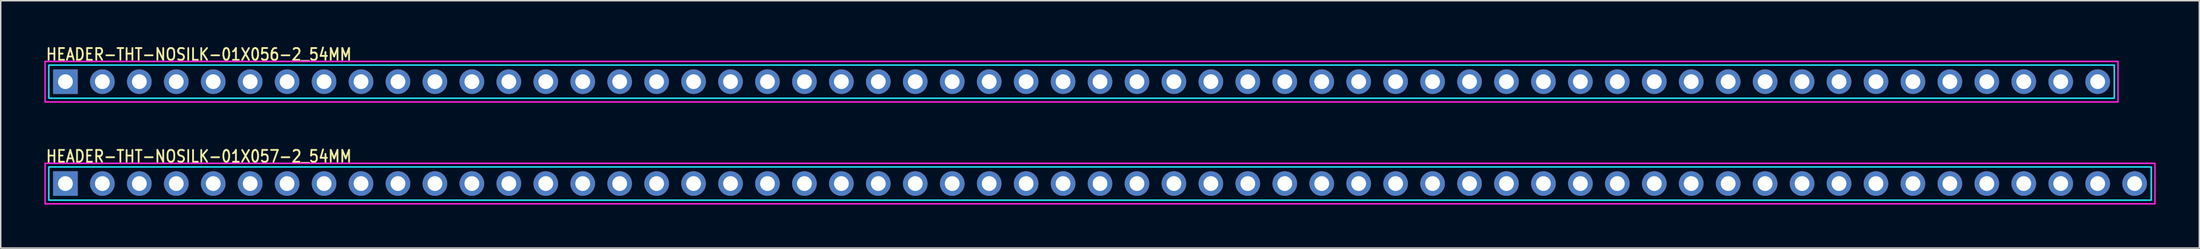
<source format=kicad_pcb>
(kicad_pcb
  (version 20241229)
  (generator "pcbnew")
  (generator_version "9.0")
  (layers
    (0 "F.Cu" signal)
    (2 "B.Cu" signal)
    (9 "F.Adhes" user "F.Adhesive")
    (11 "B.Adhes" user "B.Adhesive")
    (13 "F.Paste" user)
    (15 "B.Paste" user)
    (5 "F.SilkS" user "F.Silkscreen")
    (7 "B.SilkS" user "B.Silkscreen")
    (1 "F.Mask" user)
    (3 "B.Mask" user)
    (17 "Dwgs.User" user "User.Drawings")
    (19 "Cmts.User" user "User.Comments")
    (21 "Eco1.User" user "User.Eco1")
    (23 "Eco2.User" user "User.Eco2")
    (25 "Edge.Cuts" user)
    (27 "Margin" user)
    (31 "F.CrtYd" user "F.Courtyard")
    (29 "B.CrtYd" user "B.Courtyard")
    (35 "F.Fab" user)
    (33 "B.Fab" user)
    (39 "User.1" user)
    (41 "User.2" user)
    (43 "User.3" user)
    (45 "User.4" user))
  (footprint "HEADER-THT-NOSILK-01X056-2_54MM"
    (layer "F.Cu")
    (at 1.447 2.579)
    (property "Reference" "HEADER-THT-NOSILK-01X056-2_54MM" (at -1.4 -1.4 0) (unlocked yes) (layer "F.SilkS") (effects (font (size 0.813 0.695) (thickness 0.122)) (justify left bottom)))
    (fp_poly (pts (xy -1.143 -1.143) (xy 140.843 -1.143) (xy 140.843 1.143) (xy -1.143 1.143)) (stroke (width 0.1) (type solid)) (fill no) (layer "B.CrtYd"))
    (fp_poly (pts (xy -1.397 -1.397) (xy 141.097 -1.397) (xy 141.097 1.397) (xy -1.397 1.397)) (stroke (width 0.1) (type solid)) (fill no) (layer "F.CrtYd"))
    (pad "P$1" thru_hole rect (at 0 0) (size 1.693 1.693) (drill 1.016) (layers "*.Cu" "*.Mask"))
    (pad "P$2" thru_hole oval (at 2.54 0) (size 1.693 1.693) (drill 1.016) (layers "*.Cu" "*.Mask"))
    (pad "P$3" thru_hole oval (at 5.08 0) (size 1.693 1.693) (drill 1.016) (layers "*.Cu" "*.Mask"))
    (pad "P$4" thru_hole oval (at 7.62 0) (size 1.693 1.693) (drill 1.016) (layers "*.Cu" "*.Mask"))
    (pad "P$5" thru_hole oval (at 10.16 0) (size 1.693 1.693) (drill 1.016) (layers "*.Cu" "*.Mask"))
    (pad "P$6" thru_hole oval (at 12.7 0) (size 1.693 1.693) (drill 1.016) (layers "*.Cu" "*.Mask"))
    (pad "P$7" thru_hole oval (at 15.24 0) (size 1.693 1.693) (drill 1.016) (layers "*.Cu" "*.Mask"))
    (pad "P$8" thru_hole oval (at 17.78 0) (size 1.693 1.693) (drill 1.016) (layers "*.Cu" "*.Mask"))
    (pad "P$9" thru_hole oval (at 20.32 0) (size 1.693 1.693) (drill 1.016) (layers "*.Cu" "*.Mask"))
    (pad "P$10" thru_hole oval (at 22.86 0) (size 1.693 1.693) (drill 1.016) (layers "*.Cu" "*.Mask"))
    (pad "P$11" thru_hole oval (at 25.4 0) (size 1.693 1.693) (drill 1.016) (layers "*.Cu" "*.Mask"))
    (pad "P$12" thru_hole oval (at 27.94 0) (size 1.693 1.693) (drill 1.016) (layers "*.Cu" "*.Mask"))
    (pad "P$13" thru_hole oval (at 30.48 0) (size 1.693 1.693) (drill 1.016) (layers "*.Cu" "*.Mask"))
    (pad "P$14" thru_hole oval (at 33.02 0) (size 1.693 1.693) (drill 1.016) (layers "*.Cu" "*.Mask"))
    (pad "P$15" thru_hole oval (at 35.56 0) (size 1.693 1.693) (drill 1.016) (layers "*.Cu" "*.Mask"))
    (pad "P$16" thru_hole oval (at 38.1 0) (size 1.693 1.693) (drill 1.016) (layers "*.Cu" "*.Mask"))
    (pad "P$17" thru_hole oval (at 40.64 0) (size 1.693 1.693) (drill 1.016) (layers "*.Cu" "*.Mask"))
    (pad "P$18" thru_hole oval (at 43.18 0) (size 1.693 1.693) (drill 1.016) (layers "*.Cu" "*.Mask"))
    (pad "P$19" thru_hole oval (at 45.72 0) (size 1.693 1.693) (drill 1.016) (layers "*.Cu" "*.Mask"))
    (pad "P$20" thru_hole oval (at 48.26 0) (size 1.693 1.693) (drill 1.016) (layers "*.Cu" "*.Mask"))
    (pad "P$21" thru_hole oval (at 50.8 0) (size 1.693 1.693) (drill 1.016) (layers "*.Cu" "*.Mask"))
    (pad "P$22" thru_hole oval (at 53.34 0) (size 1.693 1.693) (drill 1.016) (layers "*.Cu" "*.Mask"))
    (pad "P$23" thru_hole oval (at 55.88 0) (size 1.693 1.693) (drill 1.016) (layers "*.Cu" "*.Mask"))
    (pad "P$24" thru_hole oval (at 58.42 0) (size 1.693 1.693) (drill 1.016) (layers "*.Cu" "*.Mask"))
    (pad "P$25" thru_hole oval (at 60.96 0) (size 1.693 1.693) (drill 1.016) (layers "*.Cu" "*.Mask"))
    (pad "P$26" thru_hole oval (at 63.5 0) (size 1.693 1.693) (drill 1.016) (layers "*.Cu" "*.Mask"))
    (pad "P$27" thru_hole oval (at 66.04 0) (size 1.693 1.693) (drill 1.016) (layers "*.Cu" "*.Mask"))
    (pad "P$28" thru_hole oval (at 68.58 0) (size 1.693 1.693) (drill 1.016) (layers "*.Cu" "*.Mask"))
    (pad "P$29" thru_hole oval (at 71.12 0) (size 1.693 1.693) (drill 1.016) (layers "*.Cu" "*.Mask"))
    (pad "P$30" thru_hole oval (at 73.66 0) (size 1.693 1.693) (drill 1.016) (layers "*.Cu" "*.Mask"))
    (pad "P$31" thru_hole oval (at 76.2 0) (size 1.693 1.693) (drill 1.016) (layers "*.Cu" "*.Mask"))
    (pad "P$32" thru_hole oval (at 78.74 0) (size 1.693 1.693) (drill 1.016) (layers "*.Cu" "*.Mask"))
    (pad "P$33" thru_hole oval (at 81.28 0) (size 1.693 1.693) (drill 1.016) (layers "*.Cu" "*.Mask"))
    (pad "P$34" thru_hole oval (at 83.82 0) (size 1.693 1.693) (drill 1.016) (layers "*.Cu" "*.Mask"))
    (pad "P$35" thru_hole oval (at 86.36 0) (size 1.693 1.693) (drill 1.016) (layers "*.Cu" "*.Mask"))
    (pad "P$36" thru_hole oval (at 88.9 0) (size 1.693 1.693) (drill 1.016) (layers "*.Cu" "*.Mask"))
    (pad "P$37" thru_hole oval (at 91.44 0) (size 1.693 1.693) (drill 1.016) (layers "*.Cu" "*.Mask"))
    (pad "P$38" thru_hole oval (at 93.98 0) (size 1.693 1.693) (drill 1.016) (layers "*.Cu" "*.Mask"))
    (pad "P$39" thru_hole oval (at 96.52 0) (size 1.693 1.693) (drill 1.016) (layers "*.Cu" "*.Mask"))
    (pad "P$40" thru_hole oval (at 99.06 0) (size 1.693 1.693) (drill 1.016) (layers "*.Cu" "*.Mask"))
    (pad "P$41" thru_hole oval (at 101.6 0) (size 1.693 1.693) (drill 1.016) (layers "*.Cu" "*.Mask"))
    (pad "P$42" thru_hole oval (at 104.14 0) (size 1.693 1.693) (drill 1.016) (layers "*.Cu" "*.Mask"))
    (pad "P$43" thru_hole oval (at 106.68 0) (size 1.693 1.693) (drill 1.016) (layers "*.Cu" "*.Mask"))
    (pad "P$44" thru_hole oval (at 109.22 0) (size 1.693 1.693) (drill 1.016) (layers "*.Cu" "*.Mask"))
    (pad "P$45" thru_hole oval (at 111.76 0) (size 1.693 1.693) (drill 1.016) (layers "*.Cu" "*.Mask"))
    (pad "P$46" thru_hole oval (at 114.3 0) (size 1.693 1.693) (drill 1.016) (layers "*.Cu" "*.Mask"))
    (pad "P$47" thru_hole oval (at 116.84 0) (size 1.693 1.693) (drill 1.016) (layers "*.Cu" "*.Mask"))
    (pad "P$48" thru_hole oval (at 119.38 0) (size 1.693 1.693) (drill 1.016) (layers "*.Cu" "*.Mask"))
    (pad "P$49" thru_hole oval (at 121.92 0) (size 1.693 1.693) (drill 1.016) (layers "*.Cu" "*.Mask"))
    (pad "P$50" thru_hole oval (at 124.46 0) (size 1.693 1.693) (drill 1.016) (layers "*.Cu" "*.Mask"))
    (pad "P$51" thru_hole oval (at 127 0) (size 1.693 1.693) (drill 1.016) (layers "*.Cu" "*.Mask"))
    (pad "P$52" thru_hole oval (at 129.54 0) (size 1.693 1.693) (drill 1.016) (layers "*.Cu" "*.Mask"))
    (pad "P$53" thru_hole oval (at 132.08 0) (size 1.693 1.693) (drill 1.016) (layers "*.Cu" "*.Mask"))
    (pad "P$54" thru_hole oval (at 134.62 0) (size 1.693 1.693) (drill 1.016) (layers "*.Cu" "*.Mask"))
    (pad "P$55" thru_hole oval (at 137.16 0) (size 1.693 1.693) (drill 1.016) (layers "*.Cu" "*.Mask"))
    (pad "P$56" thru_hole oval (at 139.7 0) (size 1.693 1.693) (drill 1.016) (layers "*.Cu" "*.Mask")))
  (footprint "HEADER-THT-NOSILK-01X057-2_54MM"
    (layer "F.Cu")
    (at 1.447 9.604)
    (property "Reference" "HEADER-THT-NOSILK-01X057-2_54MM" (at -1.4 -1.4 0) (unlocked yes) (layer "F.SilkS") (effects (font (size 0.813 0.695) (thickness 0.122)) (justify left bottom)))
    (fp_poly (pts (xy -1.143 -1.143) (xy 143.383 -1.143) (xy 143.383 1.143) (xy -1.143 1.143)) (stroke (width 0.1) (type solid)) (fill no) (layer "B.CrtYd"))
    (fp_poly (pts (xy -1.397 -1.397) (xy 143.637 -1.397) (xy 143.637 1.397) (xy -1.397 1.397)) (stroke (width 0.1) (type solid)) (fill no) (layer "F.CrtYd"))
    (pad "P$1" thru_hole rect (at 0 0) (size 1.693 1.693) (drill 1.016) (layers "*.Cu" "*.Mask"))
    (pad "P$2" thru_hole oval (at 2.54 0) (size 1.693 1.693) (drill 1.016) (layers "*.Cu" "*.Mask"))
    (pad "P$3" thru_hole oval (at 5.08 0) (size 1.693 1.693) (drill 1.016) (layers "*.Cu" "*.Mask"))
    (pad "P$4" thru_hole oval (at 7.62 0) (size 1.693 1.693) (drill 1.016) (layers "*.Cu" "*.Mask"))
    (pad "P$5" thru_hole oval (at 10.16 0) (size 1.693 1.693) (drill 1.016) (layers "*.Cu" "*.Mask"))
    (pad "P$6" thru_hole oval (at 12.7 0) (size 1.693 1.693) (drill 1.016) (layers "*.Cu" "*.Mask"))
    (pad "P$7" thru_hole oval (at 15.24 0) (size 1.693 1.693) (drill 1.016) (layers "*.Cu" "*.Mask"))
    (pad "P$8" thru_hole oval (at 17.78 0) (size 1.693 1.693) (drill 1.016) (layers "*.Cu" "*.Mask"))
    (pad "P$9" thru_hole oval (at 20.32 0) (size 1.693 1.693) (drill 1.016) (layers "*.Cu" "*.Mask"))
    (pad "P$10" thru_hole oval (at 22.86 0) (size 1.693 1.693) (drill 1.016) (layers "*.Cu" "*.Mask"))
    (pad "P$11" thru_hole oval (at 25.4 0) (size 1.693 1.693) (drill 1.016) (layers "*.Cu" "*.Mask"))
    (pad "P$12" thru_hole oval (at 27.94 0) (size 1.693 1.693) (drill 1.016) (layers "*.Cu" "*.Mask"))
    (pad "P$13" thru_hole oval (at 30.48 0) (size 1.693 1.693) (drill 1.016) (layers "*.Cu" "*.Mask"))
    (pad "P$14" thru_hole oval (at 33.02 0) (size 1.693 1.693) (drill 1.016) (layers "*.Cu" "*.Mask"))
    (pad "P$15" thru_hole oval (at 35.56 0) (size 1.693 1.693) (drill 1.016) (layers "*.Cu" "*.Mask"))
    (pad "P$16" thru_hole oval (at 38.1 0) (size 1.693 1.693) (drill 1.016) (layers "*.Cu" "*.Mask"))
    (pad "P$17" thru_hole oval (at 40.64 0) (size 1.693 1.693) (drill 1.016) (layers "*.Cu" "*.Mask"))
    (pad "P$18" thru_hole oval (at 43.18 0) (size 1.693 1.693) (drill 1.016) (layers "*.Cu" "*.Mask"))
    (pad "P$19" thru_hole oval (at 45.72 0) (size 1.693 1.693) (drill 1.016) (layers "*.Cu" "*.Mask"))
    (pad "P$20" thru_hole oval (at 48.26 0) (size 1.693 1.693) (drill 1.016) (layers "*.Cu" "*.Mask"))
    (pad "P$21" thru_hole oval (at 50.8 0) (size 1.693 1.693) (drill 1.016) (layers "*.Cu" "*.Mask"))
    (pad "P$22" thru_hole oval (at 53.34 0) (size 1.693 1.693) (drill 1.016) (layers "*.Cu" "*.Mask"))
    (pad "P$23" thru_hole oval (at 55.88 0) (size 1.693 1.693) (drill 1.016) (layers "*.Cu" "*.Mask"))
    (pad "P$24" thru_hole oval (at 58.42 0) (size 1.693 1.693) (drill 1.016) (layers "*.Cu" "*.Mask"))
    (pad "P$25" thru_hole oval (at 60.96 0) (size 1.693 1.693) (drill 1.016) (layers "*.Cu" "*.Mask"))
    (pad "P$26" thru_hole oval (at 63.5 0) (size 1.693 1.693) (drill 1.016) (layers "*.Cu" "*.Mask"))
    (pad "P$27" thru_hole oval (at 66.04 0) (size 1.693 1.693) (drill 1.016) (layers "*.Cu" "*.Mask"))
    (pad "P$28" thru_hole oval (at 68.58 0) (size 1.693 1.693) (drill 1.016) (layers "*.Cu" "*.Mask"))
    (pad "P$29" thru_hole oval (at 71.12 0) (size 1.693 1.693) (drill 1.016) (layers "*.Cu" "*.Mask"))
    (pad "P$30" thru_hole oval (at 73.66 0) (size 1.693 1.693) (drill 1.016) (layers "*.Cu" "*.Mask"))
    (pad "P$31" thru_hole oval (at 76.2 0) (size 1.693 1.693) (drill 1.016) (layers "*.Cu" "*.Mask"))
    (pad "P$32" thru_hole oval (at 78.74 0) (size 1.693 1.693) (drill 1.016) (layers "*.Cu" "*.Mask"))
    (pad "P$33" thru_hole oval (at 81.28 0) (size 1.693 1.693) (drill 1.016) (layers "*.Cu" "*.Mask"))
    (pad "P$34" thru_hole oval (at 83.82 0) (size 1.693 1.693) (drill 1.016) (layers "*.Cu" "*.Mask"))
    (pad "P$35" thru_hole oval (at 86.36 0) (size 1.693 1.693) (drill 1.016) (layers "*.Cu" "*.Mask"))
    (pad "P$36" thru_hole oval (at 88.9 0) (size 1.693 1.693) (drill 1.016) (layers "*.Cu" "*.Mask"))
    (pad "P$37" thru_hole oval (at 91.44 0) (size 1.693 1.693) (drill 1.016) (layers "*.Cu" "*.Mask"))
    (pad "P$38" thru_hole oval (at 93.98 0) (size 1.693 1.693) (drill 1.016) (layers "*.Cu" "*.Mask"))
    (pad "P$39" thru_hole oval (at 96.52 0) (size 1.693 1.693) (drill 1.016) (layers "*.Cu" "*.Mask"))
    (pad "P$40" thru_hole oval (at 99.06 0) (size 1.693 1.693) (drill 1.016) (layers "*.Cu" "*.Mask"))
    (pad "P$41" thru_hole oval (at 101.6 0) (size 1.693 1.693) (drill 1.016) (layers "*.Cu" "*.Mask"))
    (pad "P$42" thru_hole oval (at 104.14 0) (size 1.693 1.693) (drill 1.016) (layers "*.Cu" "*.Mask"))
    (pad "P$43" thru_hole oval (at 106.68 0) (size 1.693 1.693) (drill 1.016) (layers "*.Cu" "*.Mask"))
    (pad "P$44" thru_hole oval (at 109.22 0) (size 1.693 1.693) (drill 1.016) (layers "*.Cu" "*.Mask"))
    (pad "P$45" thru_hole oval (at 111.76 0) (size 1.693 1.693) (drill 1.016) (layers "*.Cu" "*.Mask"))
    (pad "P$46" thru_hole oval (at 114.3 0) (size 1.693 1.693) (drill 1.016) (layers "*.Cu" "*.Mask"))
    (pad "P$47" thru_hole oval (at 116.84 0) (size 1.693 1.693) (drill 1.016) (layers "*.Cu" "*.Mask"))
    (pad "P$48" thru_hole oval (at 119.38 0) (size 1.693 1.693) (drill 1.016) (layers "*.Cu" "*.Mask"))
    (pad "P$49" thru_hole oval (at 121.92 0) (size 1.693 1.693) (drill 1.016) (layers "*.Cu" "*.Mask"))
    (pad "P$50" thru_hole oval (at 124.46 0) (size 1.693 1.693) (drill 1.016) (layers "*.Cu" "*.Mask"))
    (pad "P$51" thru_hole oval (at 127 0) (size 1.693 1.693) (drill 1.016) (layers "*.Cu" "*.Mask"))
    (pad "P$52" thru_hole oval (at 129.54 0) (size 1.693 1.693) (drill 1.016) (layers "*.Cu" "*.Mask"))
    (pad "P$53" thru_hole oval (at 132.08 0) (size 1.693 1.693) (drill 1.016) (layers "*.Cu" "*.Mask"))
    (pad "P$54" thru_hole oval (at 134.62 0) (size 1.693 1.693) (drill 1.016) (layers "*.Cu" "*.Mask"))
    (pad "P$55" thru_hole oval (at 137.16 0) (size 1.693 1.693) (drill 1.016) (layers "*.Cu" "*.Mask"))
    (pad "P$56" thru_hole oval (at 139.7 0) (size 1.693 1.693) (drill 1.016) (layers "*.Cu" "*.Mask"))
    (pad "P$57" thru_hole oval (at 142.24 0) (size 1.693 1.693) (drill 1.016) (layers "*.Cu" "*.Mask")))
  (gr_rect
    (start -3 -3)
    (end 148.134 14.051)
    (stroke (width 0.1) (type default))
    (fill no)
    (layer "Edge.Cuts")))
</source>
